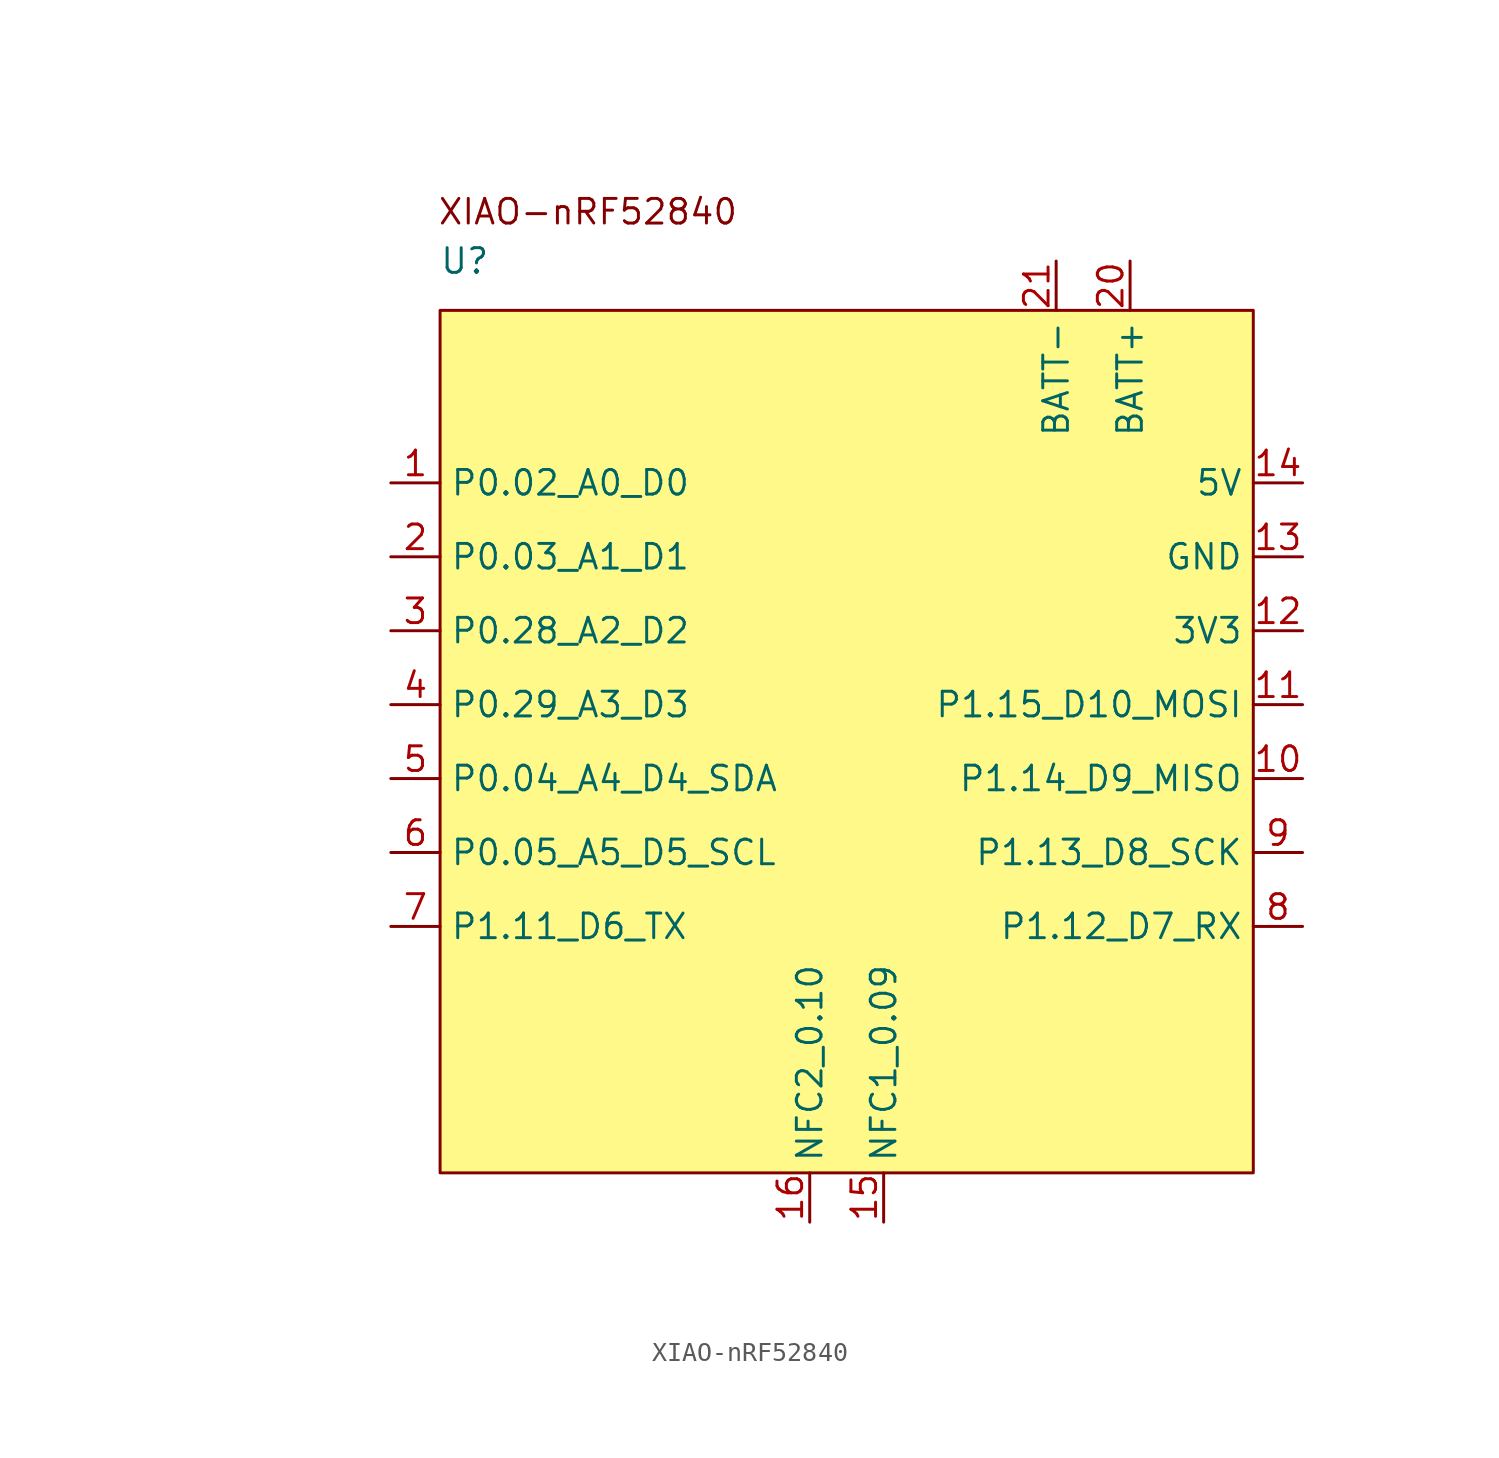
<source format=kicad_sym>
(kicad_symbol_lib
  (version 20241209)
  (generator "kicad_symbol_editor")
  (generator_version "9.0")
  (symbol "XIAO-nRF52840"
    (property "Reference" "U"
      (at 13.97 -3.81 0)
      (effects (font (size 1.27 1.27))))
    (property "Value" ""
      (at 0 0 0)
      (effects (font (size 1.27 1.27))))
    (symbol "XIAO-nRF52840_1_1"
      (text "XIAO-nRF52840" (at 20.32 -1.27 0) (effects (font (size 1.27 1.27))))
      (text_box "" (at 12.7 -6.35 0) (size 41.91 -44.45) (margins 1.016 1.016 1.016 1.016) (stroke (width 0) (type default)) (fill (type color) (color 255 249 138 1)) (effects (font (size 1.27 1.27)) (justify left top)))
      (pin unspecified line (at 10.16 -15.24 0) (length 2.54) (name "P0.02_A0_D0" (effects (font (size 1.27 1.27)))) (number "1" (effects (font (size 1.27 1.27)))))
      (pin unspecified line (at 10.16 -19.05 0) (length 2.54) (name "P0.03_A1_D1" (effects (font (size 1.27 1.27)))) (number "2" (effects (font (size 1.27 1.27)))))
      (pin unspecified line (at 10.16 -22.86 0) (length 2.54) (name "P0.28_A2_D2" (effects (font (size 1.27 1.27)))) (number "3" (effects (font (size 1.27 1.27)))))
      (pin unspecified line (at 10.16 -26.67 0) (length 2.54) (name "P0.29_A3_D3" (effects (font (size 1.27 1.27)))) (number "4" (effects (font (size 1.27 1.27)))))
      (pin unspecified line (at 10.16 -30.48 0) (length 2.54) (name "P0.04_A4_D4_SDA" (effects (font (size 1.27 1.27)))) (number "5" (effects (font (size 1.27 1.27)))))
      (pin unspecified line (at 10.16 -34.29 0) (length 2.54) (name "P0.05_A5_D5_SCL" (effects (font (size 1.27 1.27)))) (number "6" (effects (font (size 1.27 1.27)))))
      (pin unspecified line (at 10.16 -38.1 0) (length 2.54) (name "P1.11_D6_TX" (effects (font (size 1.27 1.27)))) (number "7" (effects (font (size 1.27 1.27)))))
      (pin unspecified line (at 31.75 -53.34 90) (length 2.54) (name "NFC2_0.10" (effects (font (size 1.27 1.27)))) (number "16" (effects (font (size 1.27 1.27)))))
      (pin unspecified line (at 35.56 -53.34 90) (length 2.54) (name "NFC1_0.09" (effects (font (size 1.27 1.27)))) (number "15" (effects (font (size 1.27 1.27)))))
      (pin unspecified line (at 44.45 -3.81 270) (length 2.54) (name "BATT-" (effects (font (size 1.27 1.27)))) (number "21" (effects (font (size 1.27 1.27)))))
      (pin unspecified line (at 48.26 -3.81 270) (length 2.54) (name "BATT+" (effects (font (size 1.27 1.27)))) (number "20" (effects (font (size 1.27 1.27)))))
      (pin unspecified line (at 57.15 -15.24 180) (length 2.54) (name "5V" (effects (font (size 1.27 1.27)))) (number "14" (effects (font (size 1.27 1.27)))))
      (pin unspecified line (at 57.15 -19.05 180) (length 2.54) (name "GND" (effects (font (size 1.27 1.27)))) (number "13" (effects (font (size 1.27 1.27)))))
      (pin unspecified line (at 57.15 -22.86 180) (length 2.54) (name "3V3" (effects (font (size 1.27 1.27)))) (number "12" (effects (font (size 1.27 1.27)))))
      (pin unspecified line (at 57.15 -26.67 180) (length 2.54) (name "P1.15_D10_MOSI" (effects (font (size 1.27 1.27)))) (number "11" (effects (font (size 1.27 1.27)))))
      (pin unspecified line (at 57.15 -30.48 180) (length 2.54) (name "P1.14_D9_MISO" (effects (font (size 1.27 1.27)))) (number "10" (effects (font (size 1.27 1.27)))))
      (pin unspecified line (at 57.15 -34.29 180) (length 2.54) (name "P1.13_D8_SCK" (effects (font (size 1.27 1.27)))) (number "9" (effects (font (size 1.27 1.27)))))
      (pin unspecified line (at 57.15 -38.1 180) (length 2.54) (name "P1.12_D7_RX" (effects (font (size 1.27 1.27)))) (number "8" (effects (font (size 1.27 1.27))))))))
</source>
